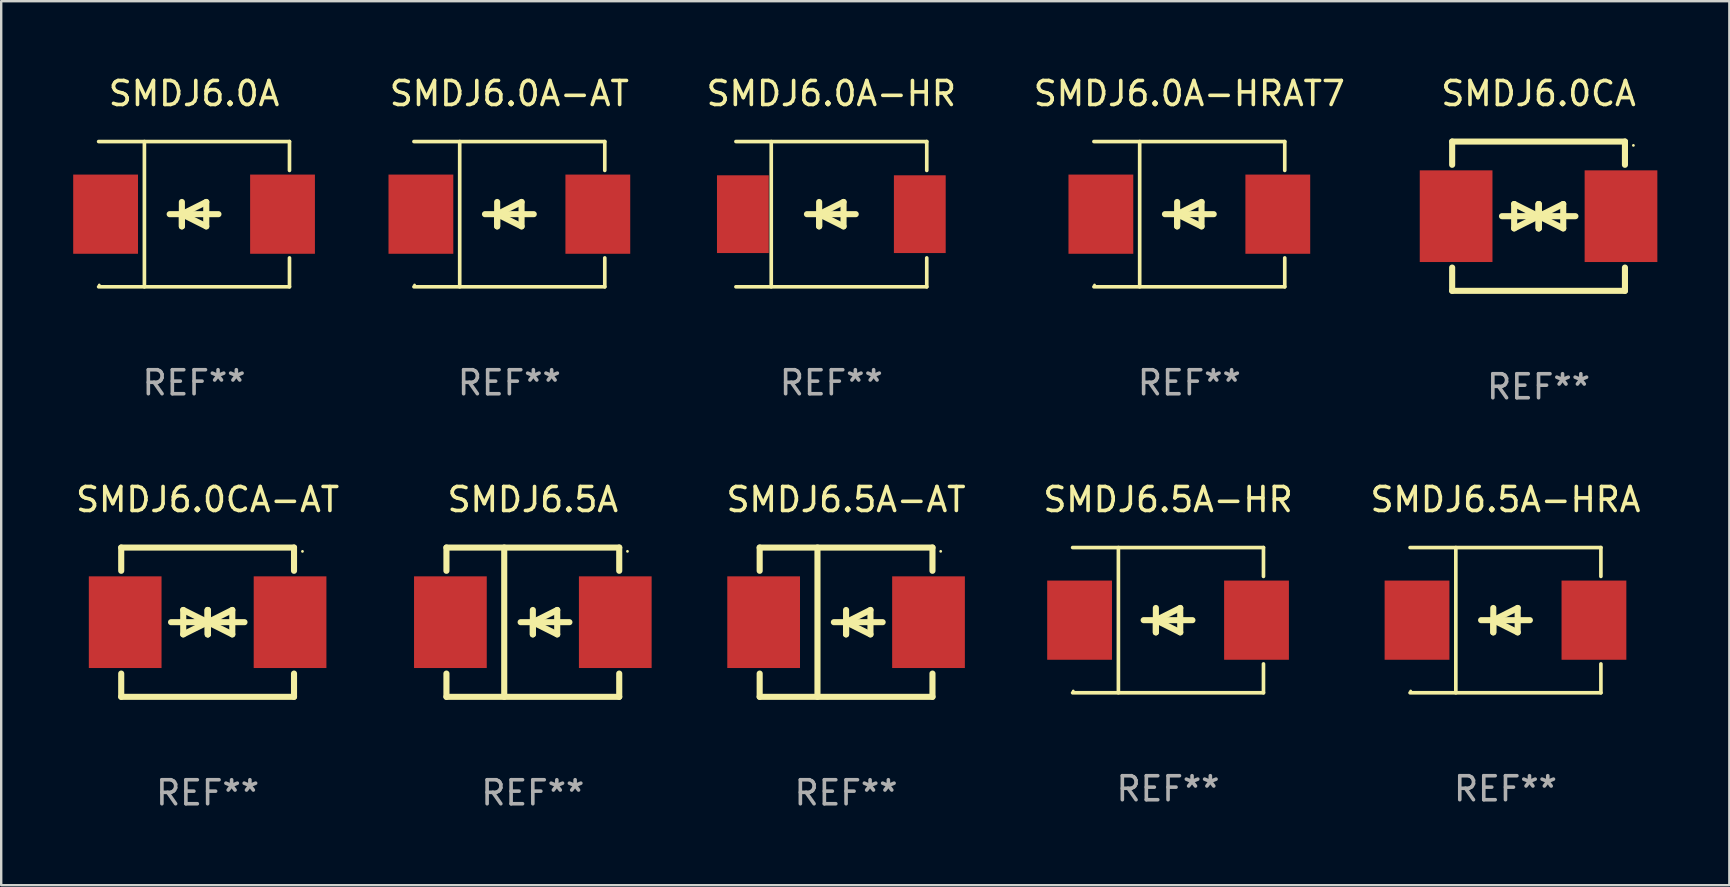
<source format=kicad_pcb>
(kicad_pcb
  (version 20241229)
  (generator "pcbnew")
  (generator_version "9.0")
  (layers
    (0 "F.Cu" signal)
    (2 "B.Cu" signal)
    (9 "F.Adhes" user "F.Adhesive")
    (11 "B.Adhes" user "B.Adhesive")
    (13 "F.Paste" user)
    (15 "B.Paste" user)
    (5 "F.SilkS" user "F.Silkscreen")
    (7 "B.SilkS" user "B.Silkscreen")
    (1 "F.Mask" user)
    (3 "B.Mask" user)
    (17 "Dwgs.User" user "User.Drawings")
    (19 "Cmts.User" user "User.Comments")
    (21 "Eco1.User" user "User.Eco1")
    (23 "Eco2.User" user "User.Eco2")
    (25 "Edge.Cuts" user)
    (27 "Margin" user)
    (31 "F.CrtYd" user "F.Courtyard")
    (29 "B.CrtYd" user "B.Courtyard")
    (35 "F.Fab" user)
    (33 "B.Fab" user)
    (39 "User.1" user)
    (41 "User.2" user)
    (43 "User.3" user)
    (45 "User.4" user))
  (footprint "SMDJ6.0A-HRAT7"
    (layer "F.Cu")
    (at 46.507 5.874)
    (property "Reference" "SMDJ6.0A-HRAT7" (at 0 -5.026 0) (layer "F.SilkS") (effects (font (size 1 1) (thickness 0.15))))
    (attr through_hole)
    (fp_line (start -3.976 -3.026) (end 3.976 -3.026) (stroke (width 0.152) (type solid)) (layer "F.SilkS"))
    (fp_line (start -3.976 3.026) (end 3.976 3.026) (stroke (width 0.152) (type solid)) (layer "F.SilkS"))
    (fp_line (start -2.069 -3.026) (end -2.069 3.026) (stroke (width 0.152) (type solid)) (layer "F.SilkS"))
    (fp_line (start -0.508 0) (end -0.508 0.508) (stroke (width 0.254) (type solid)) (layer "F.SilkS"))
    (fp_line (start -0.508 0) (end 0.508 0.508) (stroke (width 0.254) (type solid)) (layer "F.SilkS"))
    (fp_line (start -0.508 0.508) (end -0.508 -0.508) (stroke (width 0.254) (type solid)) (layer "F.SilkS"))
    (fp_line (start 0.508 -0.508) (end -0.508 0) (stroke (width 0.254) (type solid)) (layer "F.SilkS"))
    (fp_line (start 0.508 0.508) (end 0.508 -0.508) (stroke (width 0.254) (type solid)) (layer "F.SilkS"))
    (fp_line (start 1.016 0) (end -1.016 0) (stroke (width 0.254) (type solid)) (layer "F.SilkS"))
    (fp_line (start 3.976 -3.026) (end 3.976 -1.823) (stroke (width 0.152) (type solid)) (layer "F.SilkS"))
    (fp_line (start 3.976 3.026) (end 3.976 1.823) (stroke (width 0.152) (type solid)) (layer "F.SilkS"))
    (fp_circle (center -3.95 2.95) (end -3.92 2.95) (stroke (width 0.06) (type solid)) (fill no) (layer "F.SilkS"))
    (fp_text user "REF**" (at 0 7.026 0) (layer "F.Fab") (effects (font (size 1 1) (thickness 0.15))))
    (pad "1" smd rect (at -3.686 0) (size 2.7 3.3) (layers "F.Cu" "F.Mask" "F.Paste"))
    (pad "2" smd rect (at 3.686 0) (size 2.7 3.3) (layers "F.Cu" "F.Mask" "F.Paste")))
  (footprint "SMDJ6.0CA-AT"
    (layer "F.Cu")
    (at 5.601 22.875)
    (property "Reference" "SMDJ6.0CA-AT" (at 0 -5.11 0) (layer "F.SilkS") (effects (font (size 1 1) (thickness 0.15))))
    (attr through_hole)
    (fp_line (start -3.6 -2.141) (end -3.6 -3.11) (stroke (width 0.254) (type solid)) (layer "F.SilkS"))
    (fp_line (start -3.6 3.11) (end -3.6 2.141) (stroke (width 0.254) (type solid)) (layer "F.SilkS"))
    (fp_line (start -1.524 0) (end 0.508 0) (stroke (width 0.254) (type solid)) (layer "F.SilkS"))
    (fp_line (start -1.016 -0.508) (end -1.016 0.508) (stroke (width 0.254) (type solid)) (layer "F.SilkS"))
    (fp_line (start -1.016 0.508) (end 0 0) (stroke (width 0.254) (type solid)) (layer "F.SilkS"))
    (fp_line (start 0 -0.508) (end 0 0.508) (stroke (width 0.254) (type solid)) (layer "F.SilkS"))
    (fp_line (start 0 0) (end -1.016 -0.508) (stroke (width 0.254) (type solid)) (layer "F.SilkS"))
    (fp_line (start 0 0) (end 0 -0.508) (stroke (width 0.254) (type solid)) (layer "F.SilkS"))
    (fp_line (start 0.012 0) (end 0.012 0.508) (stroke (width 0.254) (type solid)) (layer "F.SilkS"))
    (fp_line (start 0.012 0) (end 1.028 0.508) (stroke (width 0.254) (type solid)) (layer "F.SilkS"))
    (fp_line (start 0.012 0.508) (end 0.012 -0.508) (stroke (width 0.254) (type solid)) (layer "F.SilkS"))
    (fp_line (start 1.028 -0.508) (end 0.012 0) (stroke (width 0.254) (type solid)) (layer "F.SilkS"))
    (fp_line (start 1.028 0.508) (end 1.028 -0.508) (stroke (width 0.254) (type solid)) (layer "F.SilkS"))
    (fp_line (start 1.536 0) (end -0.496 0) (stroke (width 0.254) (type solid)) (layer "F.SilkS"))
    (fp_line (start 3.6 -3.11) (end -3.6 -3.11) (stroke (width 0.254) (type solid)) (layer "F.SilkS"))
    (fp_line (start 3.6 -2.141) (end 3.6 -3.11) (stroke (width 0.254) (type solid)) (layer "F.SilkS"))
    (fp_line (start 3.6 3.11) (end -3.6 3.11) (stroke (width 0.254) (type solid)) (layer "F.SilkS"))
    (fp_line (start 3.6 3.11) (end 3.6 2.141) (stroke (width 0.254) (type solid)) (layer "F.SilkS"))
    (fp_circle (center 3.952 -2.95) (end 3.982 -2.95) (stroke (width 0.06) (type solid)) (fill no) (layer "F.SilkS"))
    (fp_text user "REF**" (at 0 7.11 0) (layer "F.Fab") (effects (font (size 1 1) (thickness 0.15))))
    (pad "1" smd rect (at 3.435 0) (size 3.03 3.82) (layers "F.Cu" "F.Mask" "F.Paste"))
    (pad "2" smd rect (at -3.435 0) (size 3.03 3.82) (layers "F.Cu" "F.Mask" "F.Paste")))
  (footprint "SMDJ6.5A"
    (layer "F.Cu")
    (at 19.152 22.875)
    (property "Reference" "SMDJ6.5A" (at 0 -5.11 0) (layer "F.SilkS") (effects (font (size 1 1) (thickness 0.15))))
    (attr through_hole)
    (fp_line (start -3.6 -3.11) (end -3.6 -2.141) (stroke (width 0.254) (type solid)) (layer "F.SilkS"))
    (fp_line (start -3.6 -3.11) (end 3.6 -3.11) (stroke (width 0.254) (type solid)) (layer "F.SilkS"))
    (fp_line (start -3.6 2.141) (end -3.6 3.11) (stroke (width 0.254) (type solid)) (layer "F.SilkS"))
    (fp_line (start -3.6 3.11) (end 3.6 3.11) (stroke (width 0.254) (type solid)) (layer "F.SilkS"))
    (fp_line (start -1.192 -3.11) (end -1.192 3.11) (stroke (width 0.254) (type solid)) (layer "F.SilkS"))
    (fp_line (start 0 0) (end 0 0.508) (stroke (width 0.254) (type solid)) (layer "F.SilkS"))
    (fp_line (start 0 0) (end 1.016 0.508) (stroke (width 0.254) (type solid)) (layer "F.SilkS"))
    (fp_line (start 0 0.508) (end 0 -0.508) (stroke (width 0.254) (type solid)) (layer "F.SilkS"))
    (fp_line (start 1.016 -0.508) (end 0 0) (stroke (width 0.254) (type solid)) (layer "F.SilkS"))
    (fp_line (start 1.016 0.508) (end 1.016 -0.508) (stroke (width 0.254) (type solid)) (layer "F.SilkS"))
    (fp_line (start 1.524 0) (end -0.508 0) (stroke (width 0.254) (type solid)) (layer "F.SilkS"))
    (fp_line (start 3.6 -3.11) (end 3.6 -2.141) (stroke (width 0.254) (type solid)) (layer "F.SilkS"))
    (fp_line (start 3.6 2.141) (end 3.6 3.11) (stroke (width 0.254) (type solid)) (layer "F.SilkS"))
    (fp_circle (center 3.943 -2.952) (end 3.973 -2.952) (stroke (width 0.06) (type solid)) (fill no) (layer "F.SilkS"))
    (fp_text user "REF**" (at 0 7.11 0) (layer "F.Fab") (effects (font (size 1 1) (thickness 0.15))))
    (pad "1" smd rect (at 3.435 0 180) (size 3.03 3.82) (layers "F.Cu" "F.Mask" "F.Paste"))
    (pad "2" smd rect (at -3.435 0 180) (size 3.03 3.82) (layers "F.Cu" "F.Mask" "F.Paste")))
  (footprint "SMDJ6.0A-HR"
    (layer "F.Cu")
    (at 31.59 5.874)
    (property "Reference" "SMDJ6.0A-HR" (at 0 -5.026 0) (layer "F.SilkS") (effects (font (size 1 1) (thickness 0.15))))
    (attr through_hole)
    (fp_line (start -3.976 -3.026) (end 3.976 -3.026) (stroke (width 0.152) (type solid)) (layer "F.SilkS"))
    (fp_line (start -3.976 3.026) (end 3.976 3.026) (stroke (width 0.152) (type solid)) (layer "F.SilkS"))
    (fp_line (start -2.504 -3.026) (end -2.504 3.026) (stroke (width 0.152) (type solid)) (layer "F.SilkS"))
    (fp_line (start -0.508 0) (end -0.508 0.508) (stroke (width 0.254) (type solid)) (layer "F.SilkS"))
    (fp_line (start -0.508 0) (end 0.508 0.508) (stroke (width 0.254) (type solid)) (layer "F.SilkS"))
    (fp_line (start -0.508 0.508) (end -0.508 -0.508) (stroke (width 0.254) (type solid)) (layer "F.SilkS"))
    (fp_line (start 0.508 -0.508) (end -0.508 0) (stroke (width 0.254) (type solid)) (layer "F.SilkS"))
    (fp_line (start 0.508 0.508) (end 0.508 -0.508) (stroke (width 0.254) (type solid)) (layer "F.SilkS"))
    (fp_line (start 1.016 0) (end -1.016 0) (stroke (width 0.254) (type solid)) (layer "F.SilkS"))
    (fp_line (start 3.976 -3.026) (end 3.976 -1.823) (stroke (width 0.152) (type solid)) (layer "F.SilkS"))
    (fp_line (start 3.976 3.026) (end 3.976 1.823) (stroke (width 0.152) (type solid)) (layer "F.SilkS"))
    (fp_circle (center 3.95 -2.95) (end 3.98 -2.95) (stroke (width 0.06) (type solid)) (fill no) (layer "F.SilkS"))
    (fp_text user "REF**" (at 0 7.026 0) (layer "F.Fab") (effects (font (size 1 1) (thickness 0.15))))
    (pad "1" smd rect (at 3.686 0 180) (size 2.158 3.24) (layers "F.Cu" "F.Mask" "F.Paste"))
    (pad "2" smd rect (at -3.686 0 180) (size 2.158 3.24) (layers "F.Cu" "F.Mask" "F.Paste")))
  (footprint "SMDJ6.0CA"
    (layer "F.Cu")
    (at 61.058 5.958)
    (property "Reference" "SMDJ6.0CA" (at 0 -5.11 0) (layer "F.SilkS") (effects (font (size 1 1) (thickness 0.15))))
    (attr through_hole)
    (fp_line (start -3.6 -2.141) (end -3.6 -3.11) (stroke (width 0.254) (type solid)) (layer "F.SilkS"))
    (fp_line (start -3.6 3.11) (end -3.6 2.141) (stroke (width 0.254) (type solid)) (layer "F.SilkS"))
    (fp_line (start -1.524 0) (end 0.508 0) (stroke (width 0.254) (type solid)) (layer "F.SilkS"))
    (fp_line (start -1.016 -0.508) (end -1.016 0.508) (stroke (width 0.254) (type solid)) (layer "F.SilkS"))
    (fp_line (start -1.016 0.508) (end 0 0) (stroke (width 0.254) (type solid)) (layer "F.SilkS"))
    (fp_line (start 0 -0.508) (end 0 0.508) (stroke (width 0.254) (type solid)) (layer "F.SilkS"))
    (fp_line (start 0 0) (end -1.016 -0.508) (stroke (width 0.254) (type solid)) (layer "F.SilkS"))
    (fp_line (start 0 0) (end 0 -0.508) (stroke (width 0.254) (type solid)) (layer "F.SilkS"))
    (fp_line (start 0.012 0) (end 0.012 0.508) (stroke (width 0.254) (type solid)) (layer "F.SilkS"))
    (fp_line (start 0.012 0) (end 1.028 0.508) (stroke (width 0.254) (type solid)) (layer "F.SilkS"))
    (fp_line (start 0.012 0.508) (end 0.012 -0.508) (stroke (width 0.254) (type solid)) (layer "F.SilkS"))
    (fp_line (start 1.028 -0.508) (end 0.012 0) (stroke (width 0.254) (type solid)) (layer "F.SilkS"))
    (fp_line (start 1.028 0.508) (end 1.028 -0.508) (stroke (width 0.254) (type solid)) (layer "F.SilkS"))
    (fp_line (start 1.536 0) (end -0.496 0) (stroke (width 0.254) (type solid)) (layer "F.SilkS"))
    (fp_line (start 3.6 -3.11) (end -3.6 -3.11) (stroke (width 0.254) (type solid)) (layer "F.SilkS"))
    (fp_line (start 3.6 -2.141) (end 3.6 -3.11) (stroke (width 0.254) (type solid)) (layer "F.SilkS"))
    (fp_line (start 3.6 3.11) (end -3.6 3.11) (stroke (width 0.254) (type solid)) (layer "F.SilkS"))
    (fp_line (start 3.6 3.11) (end 3.6 2.141) (stroke (width 0.254) (type solid)) (layer "F.SilkS"))
    (fp_circle (center 3.952 -2.95) (end 3.982 -2.95) (stroke (width 0.06) (type solid)) (fill no) (layer "F.SilkS"))
    (fp_text user "REF**" (at 0 7.11 0) (layer "F.Fab") (effects (font (size 1 1) (thickness 0.15))))
    (pad "1" smd rect (at 3.435 0) (size 3.03 3.82) (layers "F.Cu" "F.Mask" "F.Paste"))
    (pad "2" smd rect (at -3.435 0) (size 3.03 3.82) (layers "F.Cu" "F.Mask" "F.Paste")))
  (footprint "SMDJ6.5A-AT"
    (layer "F.Cu")
    (at 32.204 22.875)
    (property "Reference" "SMDJ6.5A-AT" (at 0 -5.11 0) (layer "F.SilkS") (effects (font (size 1 1) (thickness 0.15))))
    (attr through_hole)
    (fp_line (start -3.6 -3.11) (end -3.6 -2.141) (stroke (width 0.254) (type solid)) (layer "F.SilkS"))
    (fp_line (start -3.6 -3.11) (end 3.6 -3.11) (stroke (width 0.254) (type solid)) (layer "F.SilkS"))
    (fp_line (start -3.6 2.141) (end -3.6 3.11) (stroke (width 0.254) (type solid)) (layer "F.SilkS"))
    (fp_line (start -3.6 3.11) (end 3.6 3.11) (stroke (width 0.254) (type solid)) (layer "F.SilkS"))
    (fp_line (start -1.192 -3.11) (end -1.192 3.11) (stroke (width 0.254) (type solid)) (layer "F.SilkS"))
    (fp_line (start 0 0) (end 0 0.508) (stroke (width 0.254) (type solid)) (layer "F.SilkS"))
    (fp_line (start 0 0) (end 1.016 0.508) (stroke (width 0.254) (type solid)) (layer "F.SilkS"))
    (fp_line (start 0 0.508) (end 0 -0.508) (stroke (width 0.254) (type solid)) (layer "F.SilkS"))
    (fp_line (start 1.016 -0.508) (end 0 0) (stroke (width 0.254) (type solid)) (layer "F.SilkS"))
    (fp_line (start 1.016 0.508) (end 1.016 -0.508) (stroke (width 0.254) (type solid)) (layer "F.SilkS"))
    (fp_line (start 1.524 0) (end -0.508 0) (stroke (width 0.254) (type solid)) (layer "F.SilkS"))
    (fp_line (start 3.6 -3.11) (end 3.6 -2.141) (stroke (width 0.254) (type solid)) (layer "F.SilkS"))
    (fp_line (start 3.6 2.141) (end 3.6 3.11) (stroke (width 0.254) (type solid)) (layer "F.SilkS"))
    (fp_circle (center 3.943 -2.952) (end 3.973 -2.952) (stroke (width 0.06) (type solid)) (fill no) (layer "F.SilkS"))
    (fp_text user "REF**" (at 0 7.11 0) (layer "F.Fab") (effects (font (size 1 1) (thickness 0.15))))
    (pad "1" smd rect (at 3.435 0 180) (size 3.03 3.82) (layers "F.Cu" "F.Mask" "F.Paste"))
    (pad "2" smd rect (at -3.435 0 180) (size 3.03 3.82) (layers "F.Cu" "F.Mask" "F.Paste")))
  (footprint "SMDJ6.0A-AT"
    (layer "F.Cu")
    (at 18.174 5.874)
    (property "Reference" "SMDJ6.0A-AT" (at 0 -5.026 0) (layer "F.SilkS") (effects (font (size 1 1) (thickness 0.15))))
    (attr through_hole)
    (fp_line (start -3.976 -3.026) (end 3.976 -3.026) (stroke (width 0.152) (type solid)) (layer "F.SilkS"))
    (fp_line (start -3.976 3.026) (end 3.976 3.026) (stroke (width 0.152) (type solid)) (layer "F.SilkS"))
    (fp_line (start -2.069 -3.026) (end -2.069 3.026) (stroke (width 0.152) (type solid)) (layer "F.SilkS"))
    (fp_line (start -0.508 0) (end -0.508 0.508) (stroke (width 0.254) (type solid)) (layer "F.SilkS"))
    (fp_line (start -0.508 0) (end 0.508 0.508) (stroke (width 0.254) (type solid)) (layer "F.SilkS"))
    (fp_line (start -0.508 0.508) (end -0.508 -0.508) (stroke (width 0.254) (type solid)) (layer "F.SilkS"))
    (fp_line (start 0.508 -0.508) (end -0.508 0) (stroke (width 0.254) (type solid)) (layer "F.SilkS"))
    (fp_line (start 0.508 0.508) (end 0.508 -0.508) (stroke (width 0.254) (type solid)) (layer "F.SilkS"))
    (fp_line (start 1.016 0) (end -1.016 0) (stroke (width 0.254) (type solid)) (layer "F.SilkS"))
    (fp_line (start 3.976 -3.026) (end 3.976 -1.823) (stroke (width 0.152) (type solid)) (layer "F.SilkS"))
    (fp_line (start 3.976 3.026) (end 3.976 1.823) (stroke (width 0.152) (type solid)) (layer "F.SilkS"))
    (fp_circle (center -3.95 2.95) (end -3.92 2.95) (stroke (width 0.06) (type solid)) (fill no) (layer "F.SilkS"))
    (fp_text user "REF**" (at 0 7.026 0) (layer "F.Fab") (effects (font (size 1 1) (thickness 0.15))))
    (pad "1" smd rect (at -3.686 0) (size 2.7 3.3) (layers "F.Cu" "F.Mask" "F.Paste"))
    (pad "2" smd rect (at 3.686 0) (size 2.7 3.3) (layers "F.Cu" "F.Mask" "F.Paste")))
  (footprint "SMDJ6.5A-HRA"
    (layer "F.Cu")
    (at 59.68 22.791)
    (property "Reference" "SMDJ6.5A-HRA" (at 0 -5.026 0) (layer "F.SilkS") (effects (font (size 1 1) (thickness 0.15))))
    (attr through_hole)
    (fp_line (start -3.976 -3.026) (end 3.976 -3.026) (stroke (width 0.152) (type solid)) (layer "F.SilkS"))
    (fp_line (start -3.976 3.026) (end 3.976 3.026) (stroke (width 0.152) (type solid)) (layer "F.SilkS"))
    (fp_line (start -2.069 -3.026) (end -2.069 3.026) (stroke (width 0.152) (type solid)) (layer "F.SilkS"))
    (fp_line (start -0.508 0) (end -0.508 0.508) (stroke (width 0.254) (type solid)) (layer "F.SilkS"))
    (fp_line (start -0.508 0) (end 0.508 0.508) (stroke (width 0.254) (type solid)) (layer "F.SilkS"))
    (fp_line (start -0.508 0.508) (end -0.508 -0.508) (stroke (width 0.254) (type solid)) (layer "F.SilkS"))
    (fp_line (start 0.508 -0.508) (end -0.508 0) (stroke (width 0.254) (type solid)) (layer "F.SilkS"))
    (fp_line (start 0.508 0.508) (end 0.508 -0.508) (stroke (width 0.254) (type solid)) (layer "F.SilkS"))
    (fp_line (start 1.016 0) (end -1.016 0) (stroke (width 0.254) (type solid)) (layer "F.SilkS"))
    (fp_line (start 3.976 -3.026) (end 3.976 -1.823) (stroke (width 0.152) (type solid)) (layer "F.SilkS"))
    (fp_line (start 3.976 3.026) (end 3.976 1.823) (stroke (width 0.152) (type solid)) (layer "F.SilkS"))
    (fp_circle (center -3.95 2.95) (end -3.92 2.95) (stroke (width 0.06) (type solid)) (fill no) (layer "F.SilkS"))
    (fp_text user "REF**" (at 0 7.026 0) (layer "F.Fab") (effects (font (size 1 1) (thickness 0.15))))
    (pad "1" smd rect (at -3.686 0) (size 2.7 3.3) (layers "F.Cu" "F.Mask" "F.Paste"))
    (pad "2" smd rect (at 3.686 0) (size 2.7 3.3) (layers "F.Cu" "F.Mask" "F.Paste")))
  (footprint "SMDJ6.5A-HR"
    (layer "F.Cu")
    (at 45.62 22.791)
    (property "Reference" "SMDJ6.5A-HR" (at 0 -5.026 0) (layer "F.SilkS") (effects (font (size 1 1) (thickness 0.15))))
    (attr through_hole)
    (fp_line (start -3.976 -3.026) (end 3.976 -3.026) (stroke (width 0.152) (type solid)) (layer "F.SilkS"))
    (fp_line (start -3.976 3.026) (end 3.976 3.026) (stroke (width 0.152) (type solid)) (layer "F.SilkS"))
    (fp_line (start -2.069 -3.026) (end -2.069 3.026) (stroke (width 0.152) (type solid)) (layer "F.SilkS"))
    (fp_line (start -0.508 0) (end -0.508 0.508) (stroke (width 0.254) (type solid)) (layer "F.SilkS"))
    (fp_line (start -0.508 0) (end 0.508 0.508) (stroke (width 0.254) (type solid)) (layer "F.SilkS"))
    (fp_line (start -0.508 0.508) (end -0.508 -0.508) (stroke (width 0.254) (type solid)) (layer "F.SilkS"))
    (fp_line (start 0.508 -0.508) (end -0.508 0) (stroke (width 0.254) (type solid)) (layer "F.SilkS"))
    (fp_line (start 0.508 0.508) (end 0.508 -0.508) (stroke (width 0.254) (type solid)) (layer "F.SilkS"))
    (fp_line (start 1.016 0) (end -1.016 0) (stroke (width 0.254) (type solid)) (layer "F.SilkS"))
    (fp_line (start 3.976 -3.026) (end 3.976 -1.823) (stroke (width 0.152) (type solid)) (layer "F.SilkS"))
    (fp_line (start 3.976 3.026) (end 3.976 1.823) (stroke (width 0.152) (type solid)) (layer "F.SilkS"))
    (fp_circle (center -3.95 2.95) (end -3.92 2.95) (stroke (width 0.06) (type solid)) (fill no) (layer "F.SilkS"))
    (fp_text user "REF**" (at 0 7.026 0) (layer "F.Fab") (effects (font (size 1 1) (thickness 0.15))))
    (pad "1" smd rect (at -3.686 0) (size 2.7 3.3) (layers "F.Cu" "F.Mask" "F.Paste"))
    (pad "2" smd rect (at 3.686 0) (size 2.7 3.3) (layers "F.Cu" "F.Mask" "F.Paste")))
  (footprint "SMDJ6.0A"
    (layer "F.Cu")
    (at 5.036 5.874)
    (property "Reference" "SMDJ6.0A" (at 0 -5.026 0) (layer "F.SilkS") (effects (font (size 1 1) (thickness 0.15))))
    (attr through_hole)
    (fp_line (start -3.976 -3.026) (end 3.976 -3.026) (stroke (width 0.152) (type solid)) (layer "F.SilkS"))
    (fp_line (start -3.976 3.026) (end 3.976 3.026) (stroke (width 0.152) (type solid)) (layer "F.SilkS"))
    (fp_line (start -2.069 -3.026) (end -2.069 3.026) (stroke (width 0.152) (type solid)) (layer "F.SilkS"))
    (fp_line (start -0.508 0) (end -0.508 0.508) (stroke (width 0.254) (type solid)) (layer "F.SilkS"))
    (fp_line (start -0.508 0) (end 0.508 0.508) (stroke (width 0.254) (type solid)) (layer "F.SilkS"))
    (fp_line (start -0.508 0.508) (end -0.508 -0.508) (stroke (width 0.254) (type solid)) (layer "F.SilkS"))
    (fp_line (start 0.508 -0.508) (end -0.508 0) (stroke (width 0.254) (type solid)) (layer "F.SilkS"))
    (fp_line (start 0.508 0.508) (end 0.508 -0.508) (stroke (width 0.254) (type solid)) (layer "F.SilkS"))
    (fp_line (start 1.016 0) (end -1.016 0) (stroke (width 0.254) (type solid)) (layer "F.SilkS"))
    (fp_line (start 3.976 -3.026) (end 3.976 -1.823) (stroke (width 0.152) (type solid)) (layer "F.SilkS"))
    (fp_line (start 3.976 3.026) (end 3.976 1.823) (stroke (width 0.152) (type solid)) (layer "F.SilkS"))
    (fp_circle (center -3.95 2.95) (end -3.92 2.95) (stroke (width 0.06) (type solid)) (fill no) (layer "F.SilkS"))
    (fp_text user "REF**" (at 0 7.026 0) (layer "F.Fab") (effects (font (size 1 1) (thickness 0.15))))
    (pad "1" smd rect (at -3.686 0) (size 2.7 3.3) (layers "F.Cu" "F.Mask" "F.Paste"))
    (pad "2" smd rect (at 3.686 0) (size 2.7 3.3) (layers "F.Cu" "F.Mask" "F.Paste")))
  (gr_rect
    (start -3 -3)
    (end 69.008 33.833)
    (stroke (width 0.1) (type default))
    (fill no)
    (layer "Edge.Cuts")))
</source>
